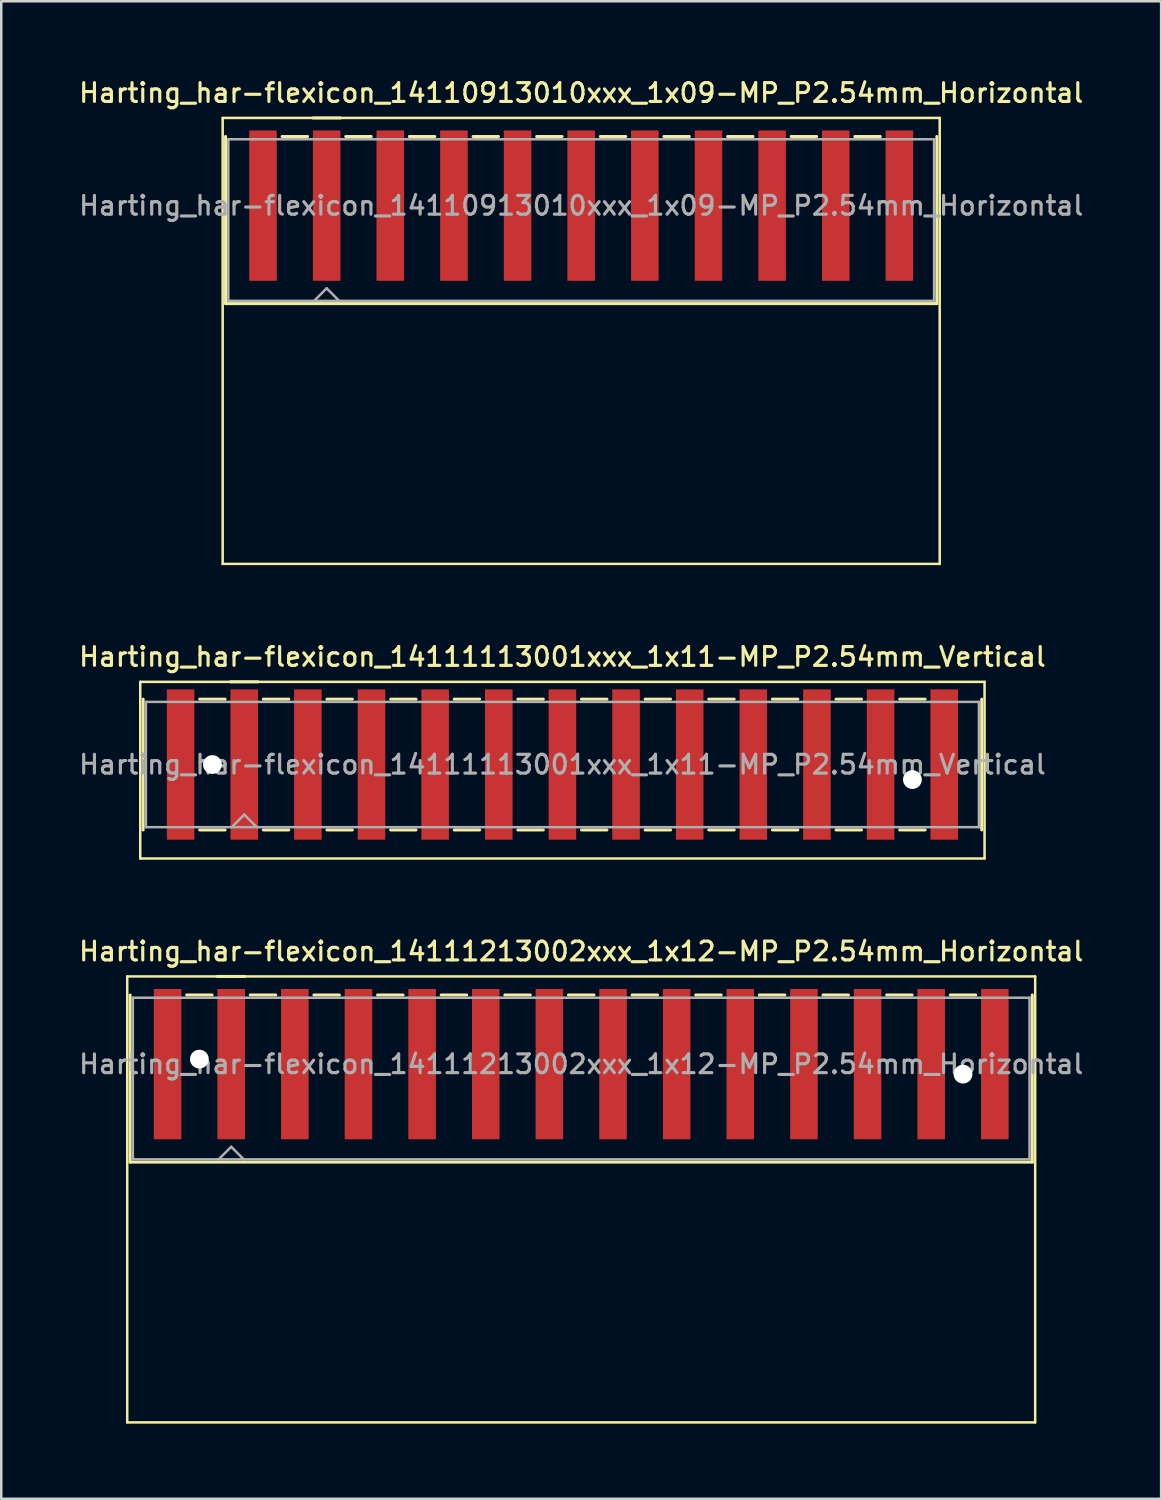
<source format=kicad_pcb>
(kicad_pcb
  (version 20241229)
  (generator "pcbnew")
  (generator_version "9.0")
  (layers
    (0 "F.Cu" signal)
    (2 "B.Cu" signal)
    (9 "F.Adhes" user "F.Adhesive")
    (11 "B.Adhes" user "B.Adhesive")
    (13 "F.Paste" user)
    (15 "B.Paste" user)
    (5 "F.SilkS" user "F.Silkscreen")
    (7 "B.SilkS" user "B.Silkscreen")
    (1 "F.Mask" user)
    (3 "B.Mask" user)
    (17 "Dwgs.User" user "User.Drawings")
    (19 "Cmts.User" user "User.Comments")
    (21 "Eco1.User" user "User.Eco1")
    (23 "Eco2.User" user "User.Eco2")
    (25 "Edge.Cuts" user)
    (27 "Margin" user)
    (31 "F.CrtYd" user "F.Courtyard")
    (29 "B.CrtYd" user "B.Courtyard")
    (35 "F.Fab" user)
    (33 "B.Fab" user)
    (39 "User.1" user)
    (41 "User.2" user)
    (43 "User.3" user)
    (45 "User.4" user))
  (footprint "Harting_har-flexicon_14111113001xxx_1x11-MP_P2.54mm_Vertical"
    (layer "F.Cu")
    (at 19.398 27.466)
    (property "Reference" "Harting_har-flexicon_14111113001xxx_1x11-MP_P2.54mm_Vertical" (at 0 -4.3 0) (layer "F.SilkS") (effects (font (size 0.75 0.75) (thickness 0.125))))
    (attr smd)
    (fp_line (start -16.85 -3.3) (end -16.85 3.75) (stroke (width 0.1) (type solid)) (layer "F.SilkS"))
    (fp_line (start -16.85 3.75) (end 16.85 3.75) (stroke (width 0.1) (type solid)) (layer "F.SilkS"))
    (fp_line (start -16.735 -2.61) (end -16.735 2.61) (stroke (width 0.12) (type solid)) (layer "F.SilkS"))
    (fp_line (start -14.478 -2.61) (end -13.462 -2.61) (stroke (width 0.12) (type solid)) (layer "F.SilkS"))
    (fp_line (start -14.478 2.61) (end -13.462 2.61) (stroke (width 0.12) (type solid)) (layer "F.SilkS"))
    (fp_line (start -13.25 -3.3) (end -12.15 -3.3) (stroke (width 0.12) (type solid)) (layer "F.SilkS"))
    (fp_line (start -11.938 -2.61) (end -10.922 -2.61) (stroke (width 0.12) (type solid)) (layer "F.SilkS"))
    (fp_line (start -11.938 2.61) (end -10.922 2.61) (stroke (width 0.12) (type solid)) (layer "F.SilkS"))
    (fp_line (start -9.398 -2.61) (end -8.382 -2.61) (stroke (width 0.12) (type solid)) (layer "F.SilkS"))
    (fp_line (start -9.398 2.61) (end -8.382 2.61) (stroke (width 0.12) (type solid)) (layer "F.SilkS"))
    (fp_line (start -6.858 -2.61) (end -5.842 -2.61) (stroke (width 0.12) (type solid)) (layer "F.SilkS"))
    (fp_line (start -6.858 2.61) (end -5.842 2.61) (stroke (width 0.12) (type solid)) (layer "F.SilkS"))
    (fp_line (start -4.318 -2.61) (end -3.302 -2.61) (stroke (width 0.12) (type solid)) (layer "F.SilkS"))
    (fp_line (start -4.318 2.61) (end -3.302 2.61) (stroke (width 0.12) (type solid)) (layer "F.SilkS"))
    (fp_line (start -1.778 -2.61) (end -0.762 -2.61) (stroke (width 0.12) (type solid)) (layer "F.SilkS"))
    (fp_line (start -1.778 2.61) (end -0.762 2.61) (stroke (width 0.12) (type solid)) (layer "F.SilkS"))
    (fp_line (start 0.762 -2.61) (end 1.778 -2.61) (stroke (width 0.12) (type solid)) (layer "F.SilkS"))
    (fp_line (start 0.762 2.61) (end 1.778 2.61) (stroke (width 0.12) (type solid)) (layer "F.SilkS"))
    (fp_line (start 3.302 -2.61) (end 4.318 -2.61) (stroke (width 0.12) (type solid)) (layer "F.SilkS"))
    (fp_line (start 3.302 2.61) (end 4.318 2.61) (stroke (width 0.12) (type solid)) (layer "F.SilkS"))
    (fp_line (start 5.842 -2.61) (end 6.858 -2.61) (stroke (width 0.12) (type solid)) (layer "F.SilkS"))
    (fp_line (start 5.842 2.61) (end 6.858 2.61) (stroke (width 0.12) (type solid)) (layer "F.SilkS"))
    (fp_line (start 8.382 -2.61) (end 9.398 -2.61) (stroke (width 0.12) (type solid)) (layer "F.SilkS"))
    (fp_line (start 8.382 2.61) (end 9.398 2.61) (stroke (width 0.12) (type solid)) (layer "F.SilkS"))
    (fp_line (start 10.922 -2.61) (end 11.938 -2.61) (stroke (width 0.12) (type solid)) (layer "F.SilkS"))
    (fp_line (start 10.922 2.61) (end 11.938 2.61) (stroke (width 0.12) (type solid)) (layer "F.SilkS"))
    (fp_line (start 13.462 -2.61) (end 14.478 -2.61) (stroke (width 0.12) (type solid)) (layer "F.SilkS"))
    (fp_line (start 13.462 2.61) (end 14.478 2.61) (stroke (width 0.12) (type solid)) (layer "F.SilkS"))
    (fp_line (start 16.735 -2.61) (end 16.735 2.61) (stroke (width 0.12) (type solid)) (layer "F.SilkS"))
    (fp_line (start 16.85 -3.3) (end -16.85 -3.3) (stroke (width 0.1) (type solid)) (layer "F.SilkS"))
    (fp_line (start 16.85 3.75) (end 16.85 -3.3) (stroke (width 0.1) (type solid)) (layer "F.SilkS"))
    (fp_line (start -16.625 -2.5) (end -16.625 2.5) (stroke (width 0.1) (type solid)) (layer "F.Fab"))
    (fp_line (start -16.625 2.5) (end 16.625 2.5) (stroke (width 0.1) (type solid)) (layer "F.Fab"))
    (fp_line (start -13.2 2.5) (end -12.7 2) (stroke (width 0.1) (type solid)) (layer "F.Fab"))
    (fp_line (start -12.7 2) (end -12.2 2.5) (stroke (width 0.1) (type solid)) (layer "F.Fab"))
    (fp_line (start 16.625 -2.5) (end -16.625 -2.5) (stroke (width 0.1) (type solid)) (layer "F.Fab"))
    (fp_line (start 16.625 2.5) (end 16.625 -2.5) (stroke (width 0.1) (type solid)) (layer "F.Fab"))
    (fp_text user "${REFERENCE}" (at 0 0 0) (layer "F.Fab") (effects (font (size 0.75 0.75) (thickness 0.125))))
    (pad "" np_thru_hole circle (at -13.97 0) (size 0.75 0.75) (drill 1) (layers "*.Cu" "*.Mask"))
    (pad "" np_thru_hole circle (at 13.97 0.6) (size 0.75 0.75) (drill 1) (layers "*.Cu" "*.Mask"))
    (pad "1" smd rect (at -12.7 0) (size 1.1 6) (layers "F.Cu" "F.Mask" "F.Paste"))
    (pad "2" smd rect (at -10.16 0) (size 1.1 6) (layers "F.Cu" "F.Mask" "F.Paste"))
    (pad "3" smd rect (at -7.62 0) (size 1.1 6) (layers "F.Cu" "F.Mask" "F.Paste"))
    (pad "4" smd rect (at -5.08 0) (size 1.1 6) (layers "F.Cu" "F.Mask" "F.Paste"))
    (pad "5" smd rect (at -2.54 0) (size 1.1 6) (layers "F.Cu" "F.Mask" "F.Paste"))
    (pad "6" smd rect (at 0 0) (size 1.1 6) (layers "F.Cu" "F.Mask" "F.Paste"))
    (pad "7" smd rect (at 2.54 0) (size 1.1 6) (layers "F.Cu" "F.Mask" "F.Paste"))
    (pad "8" smd rect (at 5.08 0) (size 1.1 6) (layers "F.Cu" "F.Mask" "F.Paste"))
    (pad "9" smd rect (at 7.62 0) (size 1.1 6) (layers "F.Cu" "F.Mask" "F.Paste"))
    (pad "10" smd rect (at 10.16 0) (size 1.1 6) (layers "F.Cu" "F.Mask" "F.Paste"))
    (pad "11" smd rect (at 12.7 0) (size 1.1 6) (layers "F.Cu" "F.Mask" "F.Paste"))
    (pad "MP" smd rect (at -15.24 0) (size 1.1 6) (layers "F.Cu" "F.Mask" "F.Paste"))
    (pad "MP" smd rect (at 15.24 0) (size 1.1 6) (layers "F.Cu" "F.Mask" "F.Paste")))
  (footprint "Harting_har-flexicon_14110913010xxx_1x09-MP_P2.54mm_Horizontal"
    (layer "F.Cu")
    (at 20.148 6.458)
    (property "Reference" "Harting_har-flexicon_14110913010xxx_1x09-MP_P2.54mm_Horizontal" (at 0 -5.8 0) (layer "F.SilkS") (effects (font (size 0.75 0.75) (thickness 0.125))))
    (attr smd)
    (fp_line (start -14.31 -4.8) (end -14.31 13) (stroke (width 0.1) (type solid)) (layer "F.SilkS"))
    (fp_line (start -14.31 13) (end 14.31 13) (stroke (width 0.1) (type solid)) (layer "F.SilkS"))
    (fp_line (start -14.195 -4.06) (end -14.195 2.61) (stroke (width 0.12) (type solid)) (layer "F.SilkS"))
    (fp_line (start -11.938 -4.06) (end -10.922 -4.06) (stroke (width 0.12) (type solid)) (layer "F.SilkS"))
    (fp_line (start -10.71 -4.8) (end -9.61 -4.8) (stroke (width 0.12) (type solid)) (layer "F.SilkS"))
    (fp_line (start -9.398 -4.06) (end -8.382 -4.06) (stroke (width 0.12) (type solid)) (layer "F.SilkS"))
    (fp_line (start -6.858 -4.06) (end -5.842 -4.06) (stroke (width 0.12) (type solid)) (layer "F.SilkS"))
    (fp_line (start -4.318 -4.06) (end -3.302 -4.06) (stroke (width 0.12) (type solid)) (layer "F.SilkS"))
    (fp_line (start -1.778 -4.06) (end -0.762 -4.06) (stroke (width 0.12) (type solid)) (layer "F.SilkS"))
    (fp_line (start 0.762 -4.06) (end 1.778 -4.06) (stroke (width 0.12) (type solid)) (layer "F.SilkS"))
    (fp_line (start 3.302 -4.06) (end 4.318 -4.06) (stroke (width 0.12) (type solid)) (layer "F.SilkS"))
    (fp_line (start 5.842 -4.06) (end 6.858 -4.06) (stroke (width 0.12) (type solid)) (layer "F.SilkS"))
    (fp_line (start 8.382 -4.06) (end 9.398 -4.06) (stroke (width 0.12) (type solid)) (layer "F.SilkS"))
    (fp_line (start 10.922 -4.06) (end 11.938 -4.06) (stroke (width 0.12) (type solid)) (layer "F.SilkS"))
    (fp_line (start 14.195 -4.06) (end 14.195 2.61) (stroke (width 0.12) (type solid)) (layer "F.SilkS"))
    (fp_line (start 14.195 2.61) (end -14.195 2.61) (stroke (width 0.12) (type solid)) (layer "F.SilkS"))
    (fp_line (start 14.31 -4.8) (end -14.31 -4.8) (stroke (width 0.1) (type solid)) (layer "F.SilkS"))
    (fp_line (start 14.31 13) (end 14.31 -4.8) (stroke (width 0.1) (type solid)) (layer "F.SilkS"))
    (fp_line (start -14.085 -3.95) (end -14.085 2.5) (stroke (width 0.1) (type solid)) (layer "F.Fab"))
    (fp_line (start -14.085 2.5) (end 14.085 2.5) (stroke (width 0.1) (type solid)) (layer "F.Fab"))
    (fp_line (start -10.66 2.5) (end -10.16 2) (stroke (width 0.1) (type solid)) (layer "F.Fab"))
    (fp_line (start -10.16 2) (end -9.66 2.5) (stroke (width 0.1) (type solid)) (layer "F.Fab"))
    (fp_line (start 14.085 -3.95) (end -14.085 -3.95) (stroke (width 0.1) (type solid)) (layer "F.Fab"))
    (fp_line (start 14.085 2.5) (end 14.085 -3.95) (stroke (width 0.1) (type solid)) (layer "F.Fab"))
    (fp_text user "${REFERENCE}" (at 0 -1.3 0) (layer "F.Fab") (effects (font (size 0.75 0.75) (thickness 0.125))))
    (pad "1" smd rect (at -10.16 -1.3) (size 1.1 6) (layers "F.Cu" "F.Mask" "F.Paste"))
    (pad "2" smd rect (at -7.62 -1.3) (size 1.1 6) (layers "F.Cu" "F.Mask" "F.Paste"))
    (pad "3" smd rect (at -5.08 -1.3) (size 1.1 6) (layers "F.Cu" "F.Mask" "F.Paste"))
    (pad "4" smd rect (at -2.54 -1.3) (size 1.1 6) (layers "F.Cu" "F.Mask" "F.Paste"))
    (pad "5" smd rect (at 0 -1.3) (size 1.1 6) (layers "F.Cu" "F.Mask" "F.Paste"))
    (pad "6" smd rect (at 2.54 -1.3) (size 1.1 6) (layers "F.Cu" "F.Mask" "F.Paste"))
    (pad "7" smd rect (at 5.08 -1.3) (size 1.1 6) (layers "F.Cu" "F.Mask" "F.Paste"))
    (pad "8" smd rect (at 7.62 -1.3) (size 1.1 6) (layers "F.Cu" "F.Mask" "F.Paste"))
    (pad "9" smd rect (at 10.16 -1.3) (size 1.1 6) (layers "F.Cu" "F.Mask" "F.Paste"))
    (pad "MP" smd rect (at -12.7 -1.3) (size 1.1 6) (layers "F.Cu" "F.Mask" "F.Paste"))
    (pad "MP" smd rect (at 12.7 -1.3) (size 1.1 6) (layers "F.Cu" "F.Mask" "F.Paste")))
  (footprint "Harting_har-flexicon_14111213002xxx_1x12-MP_P2.54mm_Horizontal"
    (layer "F.Cu")
    (at 20.148 40.724)
    (property "Reference" "Harting_har-flexicon_14111213002xxx_1x12-MP_P2.54mm_Horizontal" (at 0 -5.8 0) (layer "F.SilkS") (effects (font (size 0.75 0.75) (thickness 0.125))))
    (attr smd)
    (fp_line (start -18.12 -4.8) (end -18.12 13) (stroke (width 0.1) (type solid)) (layer "F.SilkS"))
    (fp_line (start -18.12 13) (end 18.12 13) (stroke (width 0.1) (type solid)) (layer "F.SilkS"))
    (fp_line (start -18.005 -4.06) (end -18.005 2.61) (stroke (width 0.12) (type solid)) (layer "F.SilkS"))
    (fp_line (start -15.748 -4.06) (end -14.732 -4.06) (stroke (width 0.12) (type solid)) (layer "F.SilkS"))
    (fp_line (start -14.52 -4.8) (end -13.42 -4.8) (stroke (width 0.12) (type solid)) (layer "F.SilkS"))
    (fp_line (start -13.208 -4.06) (end -12.192 -4.06) (stroke (width 0.12) (type solid)) (layer "F.SilkS"))
    (fp_line (start -10.668 -4.06) (end -9.652 -4.06) (stroke (width 0.12) (type solid)) (layer "F.SilkS"))
    (fp_line (start -8.128 -4.06) (end -7.112 -4.06) (stroke (width 0.12) (type solid)) (layer "F.SilkS"))
    (fp_line (start -5.588 -4.06) (end -4.572 -4.06) (stroke (width 0.12) (type solid)) (layer "F.SilkS"))
    (fp_line (start -3.048 -4.06) (end -2.032 -4.06) (stroke (width 0.12) (type solid)) (layer "F.SilkS"))
    (fp_line (start -0.508 -4.06) (end 0.508 -4.06) (stroke (width 0.12) (type solid)) (layer "F.SilkS"))
    (fp_line (start 2.032 -4.06) (end 3.048 -4.06) (stroke (width 0.12) (type solid)) (layer "F.SilkS"))
    (fp_line (start 4.572 -4.06) (end 5.588 -4.06) (stroke (width 0.12) (type solid)) (layer "F.SilkS"))
    (fp_line (start 7.112 -4.06) (end 8.128 -4.06) (stroke (width 0.12) (type solid)) (layer "F.SilkS"))
    (fp_line (start 9.652 -4.06) (end 10.668 -4.06) (stroke (width 0.12) (type solid)) (layer "F.SilkS"))
    (fp_line (start 12.192 -4.06) (end 13.208 -4.06) (stroke (width 0.12) (type solid)) (layer "F.SilkS"))
    (fp_line (start 14.732 -4.06) (end 15.748 -4.06) (stroke (width 0.12) (type solid)) (layer "F.SilkS"))
    (fp_line (start 18.005 -4.06) (end 18.005 2.61) (stroke (width 0.12) (type solid)) (layer "F.SilkS"))
    (fp_line (start 18.005 2.61) (end -18.005 2.61) (stroke (width 0.12) (type solid)) (layer "F.SilkS"))
    (fp_line (start 18.12 -4.8) (end -18.12 -4.8) (stroke (width 0.1) (type solid)) (layer "F.SilkS"))
    (fp_line (start 18.12 13) (end 18.12 -4.8) (stroke (width 0.1) (type solid)) (layer "F.SilkS"))
    (fp_line (start -17.895 -3.95) (end -17.895 2.5) (stroke (width 0.1) (type solid)) (layer "F.Fab"))
    (fp_line (start -17.895 2.5) (end 17.895 2.5) (stroke (width 0.1) (type solid)) (layer "F.Fab"))
    (fp_line (start -14.47 2.5) (end -13.97 2) (stroke (width 0.1) (type solid)) (layer "F.Fab"))
    (fp_line (start -13.97 2) (end -13.47 2.5) (stroke (width 0.1) (type solid)) (layer "F.Fab"))
    (fp_line (start 17.895 -3.95) (end -17.895 -3.95) (stroke (width 0.1) (type solid)) (layer "F.Fab"))
    (fp_line (start 17.895 2.5) (end 17.895 -3.95) (stroke (width 0.1) (type solid)) (layer "F.Fab"))
    (fp_text user "${REFERENCE}" (at 0 -1.3 0) (layer "F.Fab") (effects (font (size 0.75 0.75) (thickness 0.125))))
    (pad "" np_thru_hole circle (at -15.24 -1.5) (size 0.75 0.75) (drill 1) (layers "*.Cu" "*.Mask"))
    (pad "" np_thru_hole circle (at 15.24 -0.9) (size 0.75 0.75) (drill 1) (layers "*.Cu" "*.Mask"))
    (pad "1" smd rect (at -13.97 -1.3) (size 1.1 6) (layers "F.Cu" "F.Mask" "F.Paste"))
    (pad "2" smd rect (at -11.43 -1.3) (size 1.1 6) (layers "F.Cu" "F.Mask" "F.Paste"))
    (pad "3" smd rect (at -8.89 -1.3) (size 1.1 6) (layers "F.Cu" "F.Mask" "F.Paste"))
    (pad "4" smd rect (at -6.35 -1.3) (size 1.1 6) (layers "F.Cu" "F.Mask" "F.Paste"))
    (pad "5" smd rect (at -3.81 -1.3) (size 1.1 6) (layers "F.Cu" "F.Mask" "F.Paste"))
    (pad "6" smd rect (at -1.27 -1.3) (size 1.1 6) (layers "F.Cu" "F.Mask" "F.Paste"))
    (pad "7" smd rect (at 1.27 -1.3) (size 1.1 6) (layers "F.Cu" "F.Mask" "F.Paste"))
    (pad "8" smd rect (at 3.81 -1.3) (size 1.1 6) (layers "F.Cu" "F.Mask" "F.Paste"))
    (pad "9" smd rect (at 6.35 -1.3) (size 1.1 6) (layers "F.Cu" "F.Mask" "F.Paste"))
    (pad "10" smd rect (at 8.89 -1.3) (size 1.1 6) (layers "F.Cu" "F.Mask" "F.Paste"))
    (pad "11" smd rect (at 11.43 -1.3) (size 1.1 6) (layers "F.Cu" "F.Mask" "F.Paste"))
    (pad "12" smd rect (at 13.97 -1.3) (size 1.1 6) (layers "F.Cu" "F.Mask" "F.Paste"))
    (pad "MP" smd rect (at -16.51 -1.3) (size 1.1 6) (layers "F.Cu" "F.Mask" "F.Paste"))
    (pad "MP" smd rect (at 16.51 -1.3) (size 1.1 6) (layers "F.Cu" "F.Mask" "F.Paste")))
  (gr_rect
    (start -3 -3)
    (end 43.296 56.774)
    (stroke (width 0.1) (type default))
    (fill no)
    (layer "Edge.Cuts")))
</source>
